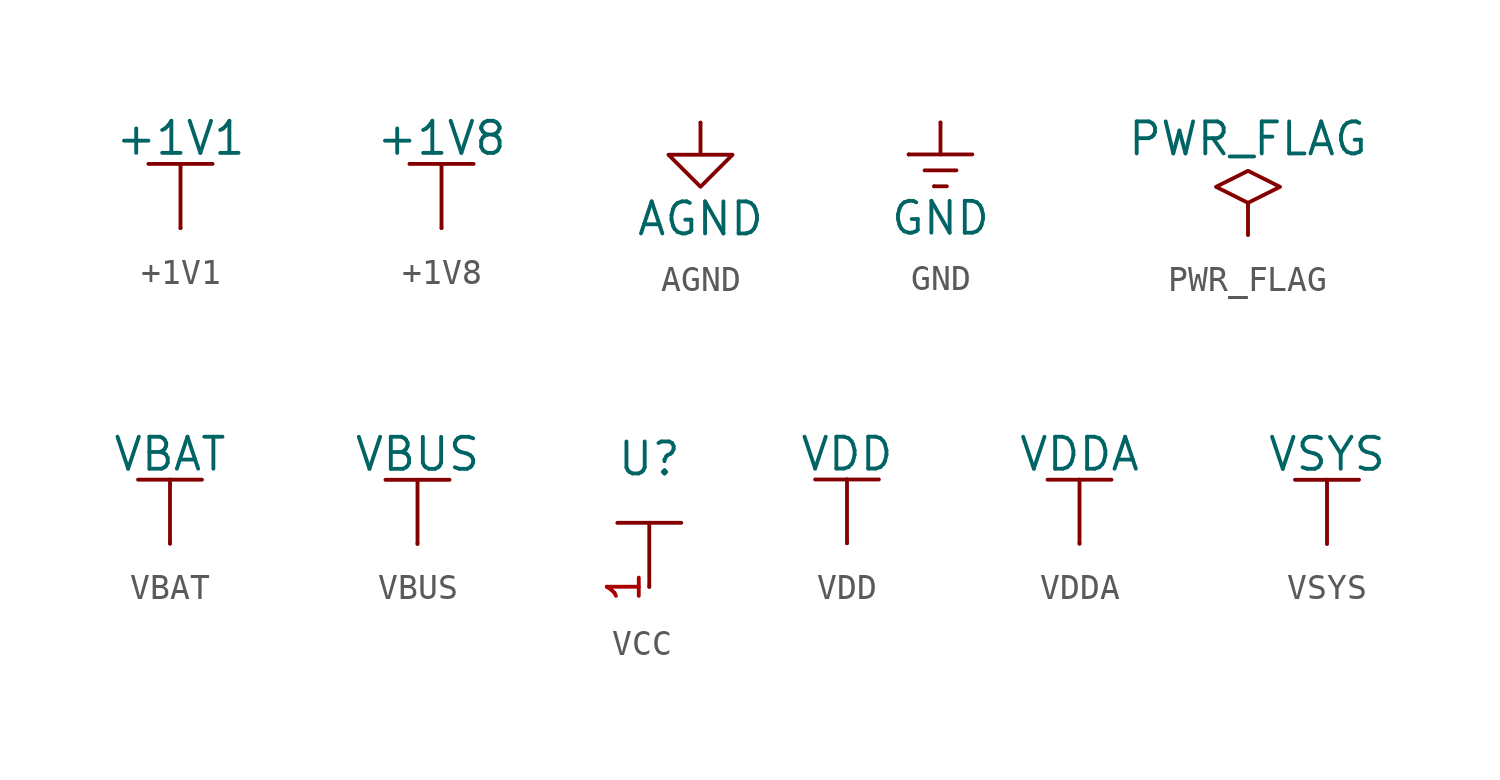
<source format=kicad_sym>
(kicad_symbol_lib
  (version 20241209)
  (generator "kicad_symbol_editor")
  (generator_version "9.0")
  (symbol "+1V1"
    (power)
    (pin_numbers
      (hide yes))
    (pin_names
      (offset 0)
      (hide yes))
    (property "Reference" "#PWR"
      (at 0 0 0)
      (effects (font (size 1.27 1.27)) (hide yes)))
    (property "Value" "+1V1"
      (at 0 3.556 0)
      (do_not_autoplace)
      (effects (font (size 1.27 1.27))))
    (symbol "+1V1_0_1"
      (polyline (pts (xy -1.27 2.54) (xy 0 2.54)) (stroke (width 0) (type default)) (fill (type none)))
      (polyline (pts (xy 0 2.54) (xy 1.27 2.54)) (stroke (width 0) (type default)) (fill (type none)))
      (polyline (pts (xy 0 0) (xy 0 2.54)) (stroke (width 0) (type default)) (fill (type none))))
    (symbol "+1V1_1_1"
      (pin power_in line (at 0 0 90) (length 0) (name "~" (effects (font (size 1.27 1.27)))) (number "1" (effects (font (size 1.27 1.27)))))))
  (symbol "+1V8"
    (power)
    (pin_numbers
      (hide yes))
    (pin_names
      (offset 0)
      (hide yes))
    (property "Reference" "#PWR"
      (at 0 0 0)
      (effects (font (size 1.27 1.27)) (hide yes)))
    (property "Value" "+1V8"
      (at 0 3.556 0)
      (do_not_autoplace)
      (effects (font (size 1.27 1.27))))
    (symbol "+1V8_0_1"
      (polyline (pts (xy -1.27 2.54) (xy 0 2.54)) (stroke (width 0) (type default)) (fill (type none)))
      (polyline (pts (xy 0 2.54) (xy 1.27 2.54)) (stroke (width 0) (type default)) (fill (type none)))
      (polyline (pts (xy 0 0) (xy 0 2.54)) (stroke (width 0) (type default)) (fill (type none))))
    (symbol "+1V8_1_1"
      (pin power_in line (at 0 0 90) (length 0) (name "~" (effects (font (size 1.27 1.27)))) (number "1" (effects (font (size 1.27 1.27)))))))
  (symbol "AGND"
    (power)
    (pin_numbers
      (hide yes))
    (pin_names
      (offset 0)
      (hide yes))
    (property "Reference" "#PWR"
      (at 0 0 0)
      (effects (font (size 1.27 1.27)) (hide yes)))
    (property "Value" "AGND"
      (at 0 -3.81 0)
      (do_not_autoplace)
      (effects (font (size 1.27 1.27))))
    (symbol "AGND_0_1"
      (polyline (pts (xy 0 0) (xy 0 -1.27) (xy 1.27 -1.27) (xy 0 -2.54) (xy -1.27 -1.27) (xy 0 -1.27)) (stroke (width 0) (type default)) (fill (type none))))
    (symbol "AGND_1_1"
      (pin power_in line (at 0 0 270) (length 0) (name "~" (effects (font (size 1.27 1.27)))) (number "1" (effects (font (size 1.27 1.27)))))))
  (symbol "GND"
    (power)
    (pin_numbers
      (hide yes))
    (pin_names
      (offset 0)
      (hide yes))
    (property "Reference" "#PWR"
      (at 0 0 0)
      (effects (font (size 1.27 1.27)) (hide yes)))
    (property "Value" "GND"
      (at 0 -3.81 0)
      (do_not_autoplace)
      (effects (font (size 1.27 1.27))))
    (symbol "GND_0_1"
      (polyline (pts (xy -1.27 -1.27) (xy -1.27 -1.27)) (stroke (width 0) (type default)) (fill (type none)))
      (polyline (pts (xy -0.635 -1.905) (xy 0.635 -1.905)) (stroke (width 0) (type default)) (fill (type none)))
      (polyline (pts (xy -0.254 -2.54) (xy -0.254 -2.54)) (stroke (width 0) (type default)) (fill (type none)))
      (polyline (pts (xy -0.254 -2.54) (xy 0.254 -2.54)) (stroke (width 0) (type default)) (fill (type none)))
      (polyline (pts (xy 0 0) (xy 0 -1.27)) (stroke (width 0) (type default)) (fill (type none)))
      (polyline (pts (xy 1.27 -1.27) (xy -1.27 -1.27)) (stroke (width 0) (type default)) (fill (type none))))
    (symbol "GND_1_1"
      (pin power_in line (at 0 0 270) (length 0) (name "~" (effects (font (size 1.27 1.27)))) (number "1" (effects (font (size 1.27 1.27)))))))
  (symbol "PWR_FLAG"
    (power)
    (pin_numbers
      (hide yes))
    (pin_names
      (offset 0)
      (hide yes))
    (property "Reference" "#FLG"
      (at 0 0 0)
      (effects (font (size 1.27 1.27)) (hide yes)))
    (property "Value" "PWR_FLAG"
      (at 0 3.81 0)
      (do_not_autoplace)
      (effects (font (size 1.27 1.27))))
    (symbol "PWR_FLAG_0_1"
      (polyline (pts (xy 0 1.27) (xy -1.27 1.905) (xy 0 2.54) (xy 1.27 1.905) (xy 0 1.27)) (stroke (width 0) (type default)) (fill (type none)))
      (polyline (pts (xy 0 0) (xy 0 1.27)) (stroke (width 0) (type default)) (fill (type none))))
    (symbol "PWR_FLAG_1_1"
      (pin power_out line (at 0 0 90) (length 0) (name "~" (effects (font (size 1.27 1.27)))) (number "1" (effects (font (size 1.27 1.27)))))))
  (symbol "VBAT"
    (power)
    (pin_numbers
      (hide yes))
    (pin_names
      (offset 0)
      (hide yes))
    (property "Reference" "#PWR"
      (at 0 0 0)
      (effects (font (size 1.27 1.27)) (hide yes)))
    (property "Value" "VBAT"
      (at 0 3.556 0)
      (do_not_autoplace)
      (effects (font (size 1.27 1.27))))
    (symbol "VBAT_0_1"
      (polyline (pts (xy -1.27 2.54) (xy 0 2.54)) (stroke (width 0) (type default)) (fill (type none)))
      (polyline (pts (xy 0 2.54) (xy 1.27 2.54)) (stroke (width 0) (type default)) (fill (type none)))
      (polyline (pts (xy 0 0) (xy 0 2.54)) (stroke (width 0) (type default)) (fill (type none))))
    (symbol "VBAT_1_1"
      (pin power_in line (at 0 0 90) (length 0) (name "~" (effects (font (size 1.27 1.27)))) (number "1" (effects (font (size 1.27 1.27)))))))
  (symbol "VBUS"
    (power)
    (pin_numbers
      (hide yes))
    (pin_names
      (offset 0)
      (hide yes))
    (property "Reference" "#PWR"
      (at 0 0 0)
      (effects (font (size 1.27 1.27)) (hide yes)))
    (property "Value" "VBUS"
      (at 0 3.556 0)
      (do_not_autoplace)
      (effects (font (size 1.27 1.27))))
    (symbol "VBUS_0_1"
      (polyline (pts (xy -1.27 2.54) (xy 0 2.54)) (stroke (width 0) (type default)) (fill (type none)))
      (polyline (pts (xy 0 2.54) (xy 1.27 2.54)) (stroke (width 0) (type default)) (fill (type none)))
      (polyline (pts (xy 0 0) (xy 0 2.54)) (stroke (width 0) (type default)) (fill (type none))))
    (symbol "VBUS_1_1"
      (pin power_in line (at 0 0 90) (length 0) (name "~" (effects (font (size 1.27 1.27)))) (number "1" (effects (font (size 1.27 1.27)))))))
  (symbol "VCC"
    (property "Reference" "U"
      (at 0 2.54 0)
      (effects (font (size 1.27 1.27))))
    (property "Value" ""
      (at 0 0 0)
      (effects (font (size 1.27 1.27))))
    (symbol "VCC_0_1"
      (polyline (pts (xy -1.27 0) (xy 0 0)) (stroke (width 0) (type default)) (fill (type none)))
      (polyline (pts (xy 0 0) (xy 1.27 0)) (stroke (width 0) (type default)) (fill (type none)))
      (polyline (pts (xy 0 -2.54) (xy 0 0)) (stroke (width 0) (type default)) (fill (type none))))
    (symbol "VCC_1_1"
      (pin power_in line (at 0 -2.54 90) (length 0) (name "~" (effects (font (size 1.27 1.27)))) (number "1" (effects (font (size 1.27 1.27)))))))
  (symbol "VDD"
    (power)
    (pin_numbers
      (hide yes))
    (pin_names
      (offset 0)
      (hide yes))
    (property "Reference" "#PWR"
      (at 0 0 0)
      (effects (font (size 1.27 1.27)) (hide yes)))
    (property "Value" "VDD"
      (at 0 3.556 0)
      (do_not_autoplace)
      (effects (font (size 1.27 1.27))))
    (symbol "VDD_0_1"
      (polyline (pts (xy -1.27 2.54) (xy 0 2.54)) (stroke (width 0) (type default)) (fill (type none)))
      (polyline (pts (xy 0 2.54) (xy 1.27 2.54)) (stroke (width 0) (type default)) (fill (type none)))
      (polyline (pts (xy 0 0) (xy 0 2.54)) (stroke (width 0) (type default)) (fill (type none))))
    (symbol "VDD_1_1"
      (pin power_in line (at 0 0 90) (length 0) (name "~" (effects (font (size 1.27 1.27)))) (number "1" (effects (font (size 1.27 1.27)))))))
  (symbol "VDDA"
    (power)
    (pin_numbers
      (hide yes))
    (pin_names
      (offset 0)
      (hide yes))
    (property "Reference" "#PWR"
      (at 0 0 0)
      (effects (font (size 1.27 1.27)) (hide yes)))
    (property "Value" "VDDA"
      (at 0 3.556 0)
      (do_not_autoplace)
      (effects (font (size 1.27 1.27))))
    (symbol "VDDA_0_1"
      (polyline (pts (xy -1.27 2.54) (xy 0 2.54)) (stroke (width 0) (type default)) (fill (type none)))
      (polyline (pts (xy 0 2.54) (xy 1.27 2.54)) (stroke (width 0) (type default)) (fill (type none)))
      (polyline (pts (xy 0 0) (xy 0 2.54)) (stroke (width 0) (type default)) (fill (type none))))
    (symbol "VDDA_1_1"
      (pin power_in line (at 0 0 90) (length 0) (name "~" (effects (font (size 1.27 1.27)))) (number "1" (effects (font (size 1.27 1.27)))))))
  (symbol "VSYS"
    (power)
    (pin_numbers
      (hide yes))
    (pin_names
      (offset 0)
      (hide yes))
    (property "Reference" "#PWR"
      (at 0 0 0)
      (effects (font (size 1.27 1.27)) (hide yes)))
    (property "Value" "VSYS"
      (at 0 3.556 0)
      (do_not_autoplace)
      (effects (font (size 1.27 1.27))))
    (symbol "VSYS_0_1"
      (polyline (pts (xy -1.27 2.54) (xy 0 2.54)) (stroke (width 0) (type default)) (fill (type none)))
      (polyline (pts (xy 0 2.54) (xy 1.27 2.54)) (stroke (width 0) (type default)) (fill (type none)))
      (polyline (pts (xy 0 0) (xy 0 2.54)) (stroke (width 0) (type default)) (fill (type none))))
    (symbol "VSYS_1_1"
      (pin power_in line (at 0 0 90) (length 0) (name "~" (effects (font (size 1.27 1.27)))) (number "1" (effects (font (size 1.27 1.27))))))))
</source>
